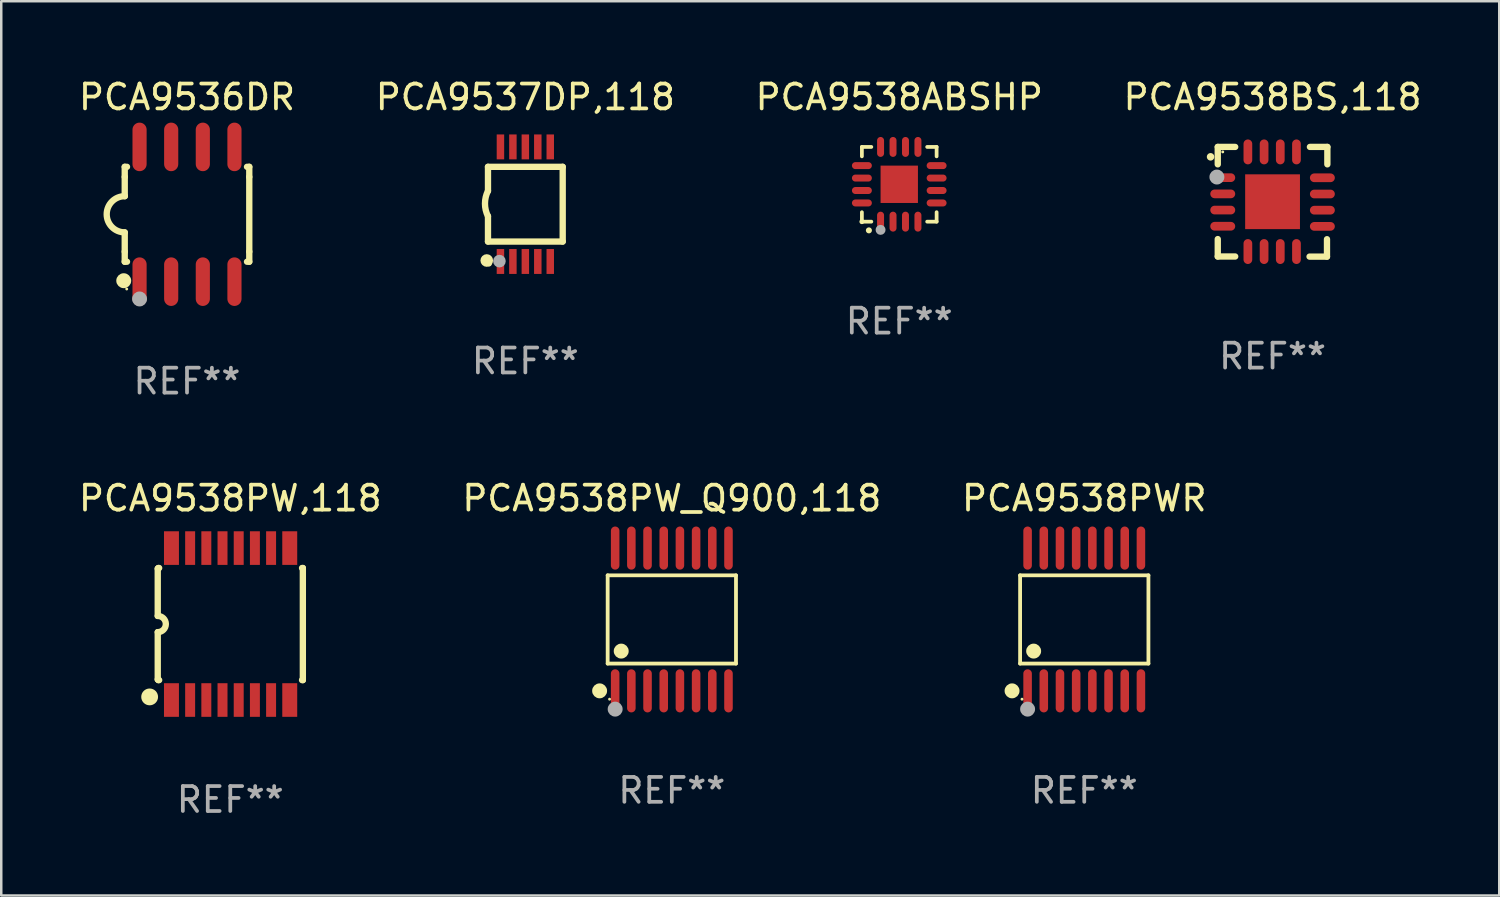
<source format=kicad_pcb>
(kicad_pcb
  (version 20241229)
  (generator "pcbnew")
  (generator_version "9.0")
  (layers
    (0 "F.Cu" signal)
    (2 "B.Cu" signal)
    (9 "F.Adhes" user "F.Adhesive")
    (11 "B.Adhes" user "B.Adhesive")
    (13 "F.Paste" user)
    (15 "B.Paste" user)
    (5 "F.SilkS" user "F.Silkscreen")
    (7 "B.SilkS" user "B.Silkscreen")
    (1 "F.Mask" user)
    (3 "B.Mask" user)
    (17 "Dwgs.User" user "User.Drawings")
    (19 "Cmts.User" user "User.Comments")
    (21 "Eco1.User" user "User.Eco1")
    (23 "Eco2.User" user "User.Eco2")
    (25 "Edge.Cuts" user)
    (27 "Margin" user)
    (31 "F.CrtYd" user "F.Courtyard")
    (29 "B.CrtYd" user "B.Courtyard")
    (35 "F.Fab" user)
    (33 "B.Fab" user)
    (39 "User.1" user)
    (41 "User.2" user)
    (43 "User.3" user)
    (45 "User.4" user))
  (footprint "PCA9536DR"
    (layer "F.Cu")
    (at 4.458 5.553)
    (property "Reference" "PCA9536DR" (at 0 -4.705 0) (layer "F.SilkS") (effects (font (size 1 1) (thickness 0.15))))
    (attr through_hole)
    (fp_line (start -2.5 -1.905) (end -2.409 -1.905) (stroke (width 0.254) (type solid)) (layer "F.SilkS"))
    (fp_line (start -2.5 -1.5) (end -2.5 -1.905) (stroke (width 0.254) (type solid)) (layer "F.SilkS"))
    (fp_line (start -2.5 -1.5) (end -2.5 -0.726) (stroke (width 0.254) (type solid)) (layer "F.SilkS"))
    (fp_line (start -2.5 1.5) (end -2.5 0.727) (stroke (width 0.254) (type solid)) (layer "F.SilkS"))
    (fp_line (start -2.5 1.5) (end -2.5 1.905) (stroke (width 0.254) (type solid)) (layer "F.SilkS"))
    (fp_line (start -2.5 1.905) (end -2.409 1.905) (stroke (width 0.254) (type solid)) (layer "F.SilkS"))
    (fp_line (start 2.5 -1.905) (end 2.409 -1.905) (stroke (width 0.254) (type solid)) (layer "F.SilkS"))
    (fp_line (start 2.5 -1.5) (end 2.5 -1.905) (stroke (width 0.254) (type solid)) (layer "F.SilkS"))
    (fp_line (start 2.5 -1.5) (end 2.5 1.5) (stroke (width 0.254) (type solid)) (layer "F.SilkS"))
    (fp_line (start 2.5 1.5) (end 2.5 1.905) (stroke (width 0.254) (type solid)) (layer "F.SilkS"))
    (fp_line (start 2.5 1.905) (end 2.409 1.905) (stroke (width 0.254) (type solid)) (layer "F.SilkS"))
    (fp_arc (start -2.5 0.726568) (mid -3.220316 -0.0023) (end -2.495097 -0.726289) (stroke (width 0.254001) (type solid)) (layer "F.SilkS"))
    (fp_circle (center -2.54 2.667) (end -2.39 2.667) (stroke (width 0.3) (type solid)) (fill no) (layer "F.SilkS"))
    (fp_circle (center -2.42 3) (end -2.39 3) (stroke (width 0.06) (type solid)) (fill no) (layer "F.SilkS"))
    (fp_circle (center -1.905 3.4) (end -1.755 3.4) (stroke (width 0.3) (type solid)) (fill no) (layer "F.Fab"))
    (fp_text user "REF**" (at 0 6.705 0) (layer "F.Fab") (effects (font (size 1 1) (thickness 0.15))))
    (pad "1" smd oval (at -1.905 2.705) (size 0.568 1.95) (layers "F.Cu" "F.Mask" "F.Paste"))
    (pad "2" smd oval (at -0.635 2.705) (size 0.568 1.95) (layers "F.Cu" "F.Mask" "F.Paste"))
    (pad "3" smd oval (at 0.635 2.705) (size 0.568 1.95) (layers "F.Cu" "F.Mask" "F.Paste"))
    (pad "4" smd oval (at 1.905 2.705) (size 0.568 1.95) (layers "F.Cu" "F.Mask" "F.Paste"))
    (pad "5" smd oval (at 1.905 -2.705) (size 0.568 1.95) (layers "F.Cu" "F.Mask" "F.Paste"))
    (pad "6" smd oval (at 0.635 -2.705) (size 0.568 1.95) (layers "F.Cu" "F.Mask" "F.Paste"))
    (pad "7" smd oval (at -0.635 -2.705) (size 0.568 1.95) (layers "F.Cu" "F.Mask" "F.Paste"))
    (pad "8" smd oval (at -1.905 -2.705) (size 0.568 1.95) (layers "F.Cu" "F.Mask" "F.Paste")))
  (footprint "PCA9538ABSHP"
    (layer "F.Cu")
    (at 33.054 4.349)
    (property "Reference" "PCA9538ABSHP" (at 0 -3.5 0) (layer "F.SilkS") (effects (font (size 1 1) (thickness 0.15))))
    (attr through_hole)
    (fp_line (start -1.5 -1.5) (end -1.121 -1.5) (stroke (width 0.15) (type solid)) (layer "F.SilkS"))
    (fp_line (start -1.5 -1.122) (end -1.5 -1.5) (stroke (width 0.15) (type solid)) (layer "F.SilkS"))
    (fp_line (start -1.5 1.5) (end -1.5 1.121) (stroke (width 0.15) (type solid)) (layer "F.SilkS"))
    (fp_line (start -1.121 1.5) (end -1.5 1.5) (stroke (width 0.15) (type solid)) (layer "F.SilkS"))
    (fp_line (start 1.121 -1.5) (end 1.5 -1.5) (stroke (width 0.15) (type solid)) (layer "F.SilkS"))
    (fp_line (start 1.5 -1.5) (end 1.5 -1.122) (stroke (width 0.15) (type solid)) (layer "F.SilkS"))
    (fp_line (start 1.5 1.121) (end 1.5 1.5) (stroke (width 0.15) (type solid)) (layer "F.SilkS"))
    (fp_line (start 1.5 1.5) (end 1.121 1.5) (stroke (width 0.15) (type solid)) (layer "F.SilkS"))
    (fp_arc (start -1.219926 1.850254) (mid -1.21891 1.85025) (end -1.217894 1.850254) (stroke (width 0.240005) (type solid)) (layer "F.SilkS"))
    (fp_circle (center -1.5 1.5) (end -1.45 1.5) (stroke (width 0.1) (type solid)) (fill no) (layer "F.SilkS"))
    (fp_circle (center -0.75 1.83) (end -0.65 1.83) (stroke (width 0.2) (type solid)) (fill no) (layer "F.Fab"))
    (fp_text user "REF**" (at 0 5.5 0) (layer "F.Fab") (effects (font (size 1 1) (thickness 0.15))))
    (pad "1" smd oval (at -0.75 1.5) (size 0.28 0.8) (layers "F.Cu" "F.Mask" "F.Paste"))
    (pad "2" smd oval (at -0.25 1.5) (size 0.28 0.8) (layers "F.Cu" "F.Mask" "F.Paste"))
    (pad "3" smd oval (at 0.25 1.5) (size 0.28 0.8) (layers "F.Cu" "F.Mask" "F.Paste"))
    (pad "4" smd oval (at 0.75 1.5) (size 0.28 0.8) (layers "F.Cu" "F.Mask" "F.Paste"))
    (pad "5" smd oval (at 1.5 0.75) (size 0.8 0.28) (layers "F.Cu" "F.Mask" "F.Paste"))
    (pad "6" smd oval (at 1.5 0.25) (size 0.8 0.28) (layers "F.Cu" "F.Mask" "F.Paste"))
    (pad "7" smd oval (at 1.5 -0.25) (size 0.8 0.28) (layers "F.Cu" "F.Mask" "F.Paste"))
    (pad "8" smd oval (at 1.5 -0.75) (size 0.8 0.28) (layers "F.Cu" "F.Mask" "F.Paste"))
    (pad "9" smd oval (at 0.75 -1.5) (size 0.28 0.8) (layers "F.Cu" "F.Mask" "F.Paste"))
    (pad "10" smd oval (at 0.25 -1.5) (size 0.28 0.8) (layers "F.Cu" "F.Mask" "F.Paste"))
    (pad "11" smd oval (at -0.25 -1.5) (size 0.28 0.8) (layers "F.Cu" "F.Mask" "F.Paste"))
    (pad "12" smd oval (at -0.75 -1.5) (size 0.28 0.8) (layers "F.Cu" "F.Mask" "F.Paste"))
    (pad "13" smd oval (at -1.5 -0.75) (size 0.8 0.28) (layers "F.Cu" "F.Mask" "F.Paste"))
    (pad "14" smd oval (at -1.5 -0.25) (size 0.8 0.28) (layers "F.Cu" "F.Mask" "F.Paste"))
    (pad "15" smd oval (at -1.5 0.25) (size 0.8 0.28) (layers "F.Cu" "F.Mask" "F.Paste"))
    (pad "16" smd oval (at -1.5 0.75) (size 0.8 0.28) (layers "F.Cu" "F.Mask" "F.Paste"))
    (pad "17" smd rect (at -0.000064 0.000165) (size 1.5 1.5) (layers "F.Cu" "F.Mask" "F.Paste")))
  (footprint "PCA9537DP,118"
    (layer "F.Cu")
    (at 18.042 5.148)
    (property "Reference" "PCA9537DP,118" (at 0 -4.3 0) (layer "F.SilkS") (effects (font (size 1 1) (thickness 0.15))))
    (attr through_hole)
    (fp_line (start -1.5 -1.5) (end -1.5 -0.533) (stroke (width 0.254) (type solid)) (layer "F.SilkS"))
    (fp_line (start -1.5 -1.5) (end 1.5 -1.5) (stroke (width 0.254) (type solid)) (layer "F.SilkS"))
    (fp_line (start -1.5 1.5) (end -1.5 0.483) (stroke (width 0.254) (type solid)) (layer "F.SilkS"))
    (fp_line (start -1.5 1.5) (end 1.5 1.5) (stroke (width 0.254) (type solid)) (layer "F.SilkS"))
    (fp_line (start 1.5 1.5) (end 1.5 -1.5) (stroke (width 0.254) (type solid)) (layer "F.SilkS"))
    (fp_arc (start -1.501015 0.483109) (mid -1.620651 -0.025266) (end -1.5 -0.533401) (stroke (width 0.254001) (type solid)) (layer "F.SilkS"))
    (fp_circle (center -1.549 2.261) (end -1.422 2.261) (stroke (width 0.254) (type solid)) (fill no) (layer "F.SilkS"))
    (fp_circle (center -1.45 2.4) (end -1.4 2.4) (stroke (width 0.1) (type solid)) (fill no) (layer "F.SilkS"))
    (fp_circle (center -1.041 2.286) (end -0.914 2.286) (stroke (width 0.254) (type solid)) (fill no) (layer "F.Fab"))
    (fp_text user "REF**" (at 0 6.3 0) (layer "F.Fab") (effects (font (size 1 1) (thickness 0.15))))
    (pad "1" smd rect (at -1 2.3 90) (size 1 0.3) (layers "F.Cu" "F.Mask" "F.Paste"))
    (pad "2" smd rect (at -0.5 2.3 90) (size 1 0.3) (layers "F.Cu" "F.Mask" "F.Paste"))
    (pad "3" smd rect (at 0.000127 2.3 90) (size 1 0.3) (layers "F.Cu" "F.Mask" "F.Paste"))
    (pad "4" smd rect (at 0.5 2.3 90) (size 1 0.3) (layers "F.Cu" "F.Mask" "F.Paste"))
    (pad "5" smd rect (at 1 2.3 90) (size 1 0.3) (layers "F.Cu" "F.Mask" "F.Paste"))
    (pad "6" smd rect (at 1 -2.3 270) (size 1 0.3) (layers "F.Cu" "F.Mask" "F.Paste"))
    (pad "7" smd rect (at 0.5 -2.3 90) (size 1 0.3) (layers "F.Cu" "F.Mask" "F.Paste"))
    (pad "8" smd rect (at 0.000127 -2.3 90) (size 1 0.3) (layers "F.Cu" "F.Mask" "F.Paste"))
    (pad "9" smd rect (at -0.5 -2.3 90) (size 1 0.3) (layers "F.Cu" "F.Mask" "F.Paste"))
    (pad "10" smd rect (at -1 -2.3 90) (size 1 0.3) (layers "F.Cu" "F.Mask" "F.Paste")))
  (footprint "PCA9538PW,118"
    (layer "F.Cu")
    (at 6.196 22.005)
    (property "Reference" "PCA9538PW,118" (at 0 -5.05 0) (layer "F.SilkS") (effects (font (size 1 1) (thickness 0.15))))
    (attr through_hole)
    (fp_line (start -2.913 -2.225) (end -2.913 -0.325) (stroke (width 0.254) (type solid)) (layer "F.SilkS"))
    (fp_line (start -2.913 -2.225) (end -2.887 -2.25) (stroke (width 0.254) (type solid)) (layer "F.SilkS"))
    (fp_line (start -2.913 2.225) (end -2.913 0.325) (stroke (width 0.254) (type solid)) (layer "F.SilkS"))
    (fp_line (start -2.887 -2.25) (end -2.856 -2.25) (stroke (width 0.254) (type solid)) (layer "F.SilkS"))
    (fp_line (start -2.887 2.25) (end -2.913 2.225) (stroke (width 0.254) (type solid)) (layer "F.SilkS"))
    (fp_line (start -2.856 2.25) (end -2.887 2.25) (stroke (width 0.254) (type solid)) (layer "F.SilkS"))
    (fp_line (start 2.881 -2.25) (end 2.913 -2.25) (stroke (width 0.254) (type solid)) (layer "F.SilkS"))
    (fp_line (start 2.913 -2.25) (end 2.913 2.25) (stroke (width 0.254) (type solid)) (layer "F.SilkS"))
    (fp_line (start 2.913 2.25) (end 2.881 2.25) (stroke (width 0.254) (type solid)) (layer "F.SilkS"))
    (fp_arc (start -2.913575 -0.325769) (mid -2.588201 -0.000926) (end -2.91251 0.324981) (stroke (width 0.254001) (type solid)) (layer "F.SilkS"))
    (fp_circle (center -3.238 2.925) (end -3.069 2.925) (stroke (width 0.337) (type solid)) (fill no) (layer "F.SilkS"))
    (fp_text user "REF**" (at 0 7.05 0) (layer "F.Fab") (effects (font (size 1 1) (thickness 0.15))))
    (pad "1" smd rect (at -2.362 3.05) (size 0.6 1.35) (layers "F.Cu" "F.Mask" "F.Paste"))
    (pad "2" smd rect (at -1.612 3.05) (size 0.4 1.35) (layers "F.Cu" "F.Mask" "F.Paste"))
    (pad "3" smd rect (at -0.962 3.05) (size 0.4 1.35) (layers "F.Cu" "F.Mask" "F.Paste"))
    (pad "4" smd rect (at -0.312 3.05) (size 0.4 1.35) (layers "F.Cu" "F.Mask" "F.Paste"))
    (pad "5" smd rect (at 0.338 3.05) (size 0.4 1.35) (layers "F.Cu" "F.Mask" "F.Paste"))
    (pad "6" smd rect (at 0.988 3.05) (size 0.4 1.35) (layers "F.Cu" "F.Mask" "F.Paste"))
    (pad "7" smd rect (at 1.638 3.05) (size 0.4 1.35) (layers "F.Cu" "F.Mask" "F.Paste"))
    (pad "8" smd rect (at 2.387 3.05) (size 0.6 1.35) (layers "F.Cu" "F.Mask" "F.Paste"))
    (pad "9" smd rect (at 2.387 -3.05) (size 0.6 1.35) (layers "F.Cu" "F.Mask" "F.Paste"))
    (pad "10" smd rect (at 1.638 -3.05) (size 0.4 1.35) (layers "F.Cu" "F.Mask" "F.Paste"))
    (pad "11" smd rect (at 0.988 -3.05) (size 0.4 1.35) (layers "F.Cu" "F.Mask" "F.Paste"))
    (pad "12" smd rect (at 0.338 -3.05) (size 0.4 1.35) (layers "F.Cu" "F.Mask" "F.Paste"))
    (pad "13" smd rect (at -0.312 -3.05) (size 0.4 1.35) (layers "F.Cu" "F.Mask" "F.Paste"))
    (pad "14" smd rect (at -0.962 -3.05) (size 0.4 1.35) (layers "F.Cu" "F.Mask" "F.Paste"))
    (pad "15" smd rect (at -1.612 -3.05) (size 0.4 1.35) (layers "F.Cu" "F.Mask" "F.Paste"))
    (pad "16" smd rect (at -2.362 -3.05) (size 0.6 1.35) (layers "F.Cu" "F.Mask" "F.Paste")))
  (footprint "PCA9538PW_Q900,118"
    (layer "F.Cu")
    (at 23.923 21.821)
    (property "Reference" "PCA9538PW_Q900,118" (at 0 -4.866 0) (layer "F.SilkS") (effects (font (size 1 1) (thickness 0.15))))
    (attr through_hole)
    (fp_line (start -2.576 -1.772) (end 2.576 -1.772) (stroke (width 0.152) (type solid)) (layer "F.SilkS"))
    (fp_line (start -2.576 1.771) (end -2.576 -1.772) (stroke (width 0.152) (type solid)) (layer "F.SilkS"))
    (fp_line (start 2.576 -1.772) (end 2.576 1.771) (stroke (width 0.152) (type solid)) (layer "F.SilkS"))
    (fp_line (start 2.576 1.771) (end -2.576 1.771) (stroke (width 0.152) (type solid)) (layer "F.SilkS"))
    (fp_circle (center -2.899 2.866) (end -2.749 2.866) (stroke (width 0.3) (type solid)) (fill no) (layer "F.SilkS"))
    (fp_circle (center -2.5 3.2) (end -2.47 3.2) (stroke (width 0.06) (type solid)) (fill no) (layer "F.SilkS"))
    (fp_circle (center -2.032 1.27) (end -1.882 1.27) (stroke (width 0.3) (type solid)) (fill no) (layer "F.SilkS"))
    (fp_circle (center -2.275 3.6) (end -2.125 3.6) (stroke (width 0.3) (type solid)) (fill no) (layer "F.Fab"))
    (fp_text user "REF**" (at 0 6.866 0) (layer "F.Fab") (effects (font (size 1 1) (thickness 0.15))))
    (pad "1" smd oval (at -2.275 2.866) (size 0.343 1.731) (layers "F.Cu" "F.Mask" "F.Paste"))
    (pad "2" smd oval (at -1.625 2.866) (size 0.343 1.731) (layers "F.Cu" "F.Mask" "F.Paste"))
    (pad "3" smd oval (at -0.975 2.866) (size 0.343 1.731) (layers "F.Cu" "F.Mask" "F.Paste"))
    (pad "4" smd oval (at -0.325 2.866) (size 0.343 1.731) (layers "F.Cu" "F.Mask" "F.Paste"))
    (pad "5" smd oval (at 0.325 2.866) (size 0.343 1.731) (layers "F.Cu" "F.Mask" "F.Paste"))
    (pad "6" smd oval (at 0.975 2.866) (size 0.343 1.731) (layers "F.Cu" "F.Mask" "F.Paste"))
    (pad "7" smd oval (at 1.625 2.866) (size 0.343 1.731) (layers "F.Cu" "F.Mask" "F.Paste"))
    (pad "8" smd oval (at 2.275 2.866) (size 0.343 1.731) (layers "F.Cu" "F.Mask" "F.Paste"))
    (pad "9" smd oval (at 2.275 -2.866) (size 0.343 1.731) (layers "F.Cu" "F.Mask" "F.Paste"))
    (pad "10" smd oval (at 1.625 -2.866) (size 0.343 1.731) (layers "F.Cu" "F.Mask" "F.Paste"))
    (pad "11" smd oval (at 0.975 -2.866) (size 0.343 1.731) (layers "F.Cu" "F.Mask" "F.Paste"))
    (pad "12" smd oval (at 0.325 -2.866) (size 0.343 1.731) (layers "F.Cu" "F.Mask" "F.Paste"))
    (pad "13" smd oval (at -0.325 -2.866) (size 0.343 1.731) (layers "F.Cu" "F.Mask" "F.Paste"))
    (pad "14" smd oval (at -0.975 -2.866) (size 0.343 1.731) (layers "F.Cu" "F.Mask" "F.Paste"))
    (pad "15" smd oval (at -1.625 -2.866) (size 0.343 1.731) (layers "F.Cu" "F.Mask" "F.Paste"))
    (pad "16" smd oval (at -2.275 -2.866) (size 0.343 1.731) (layers "F.Cu" "F.Mask" "F.Paste")))
  (footprint "PCA9538PWR"
    (layer "F.Cu")
    (at 40.482 21.821)
    (property "Reference" "PCA9538PWR" (at 0 -4.866 0) (layer "F.SilkS") (effects (font (size 1 1) (thickness 0.15))))
    (attr through_hole)
    (fp_line (start -2.576 -1.772) (end 2.576 -1.772) (stroke (width 0.152) (type solid)) (layer "F.SilkS"))
    (fp_line (start -2.576 1.771) (end -2.576 -1.772) (stroke (width 0.152) (type solid)) (layer "F.SilkS"))
    (fp_line (start 2.576 -1.772) (end 2.576 1.771) (stroke (width 0.152) (type solid)) (layer "F.SilkS"))
    (fp_line (start 2.576 1.771) (end -2.576 1.771) (stroke (width 0.152) (type solid)) (layer "F.SilkS"))
    (fp_circle (center -2.899 2.866) (end -2.749 2.866) (stroke (width 0.3) (type solid)) (fill no) (layer "F.SilkS"))
    (fp_circle (center -2.5 3.2) (end -2.47 3.2) (stroke (width 0.06) (type solid)) (fill no) (layer "F.SilkS"))
    (fp_circle (center -2.032 1.27) (end -1.882 1.27) (stroke (width 0.3) (type solid)) (fill no) (layer "F.SilkS"))
    (fp_circle (center -2.275 3.6) (end -2.125 3.6) (stroke (width 0.3) (type solid)) (fill no) (layer "F.Fab"))
    (fp_text user "REF**" (at 0 6.866 0) (layer "F.Fab") (effects (font (size 1 1) (thickness 0.15))))
    (pad "1" smd oval (at -2.275 2.866) (size 0.343 1.731) (layers "F.Cu" "F.Mask" "F.Paste"))
    (pad "2" smd oval (at -1.625 2.866) (size 0.343 1.731) (layers "F.Cu" "F.Mask" "F.Paste"))
    (pad "3" smd oval (at -0.975 2.866) (size 0.343 1.731) (layers "F.Cu" "F.Mask" "F.Paste"))
    (pad "4" smd oval (at -0.325 2.866) (size 0.343 1.731) (layers "F.Cu" "F.Mask" "F.Paste"))
    (pad "5" smd oval (at 0.325 2.866) (size 0.343 1.731) (layers "F.Cu" "F.Mask" "F.Paste"))
    (pad "6" smd oval (at 0.975 2.866) (size 0.343 1.731) (layers "F.Cu" "F.Mask" "F.Paste"))
    (pad "7" smd oval (at 1.625 2.866) (size 0.343 1.731) (layers "F.Cu" "F.Mask" "F.Paste"))
    (pad "8" smd oval (at 2.275 2.866) (size 0.343 1.731) (layers "F.Cu" "F.Mask" "F.Paste"))
    (pad "9" smd oval (at 2.275 -2.866) (size 0.343 1.731) (layers "F.Cu" "F.Mask" "F.Paste"))
    (pad "10" smd oval (at 1.625 -2.866) (size 0.343 1.731) (layers "F.Cu" "F.Mask" "F.Paste"))
    (pad "11" smd oval (at 0.975 -2.866) (size 0.343 1.731) (layers "F.Cu" "F.Mask" "F.Paste"))
    (pad "12" smd oval (at 0.325 -2.866) (size 0.343 1.731) (layers "F.Cu" "F.Mask" "F.Paste"))
    (pad "13" smd oval (at -0.325 -2.866) (size 0.343 1.731) (layers "F.Cu" "F.Mask" "F.Paste"))
    (pad "14" smd oval (at -0.975 -2.866) (size 0.343 1.731) (layers "F.Cu" "F.Mask" "F.Paste"))
    (pad "15" smd oval (at -1.625 -2.866) (size 0.343 1.731) (layers "F.Cu" "F.Mask" "F.Paste"))
    (pad "16" smd oval (at -2.275 -2.866) (size 0.343 1.731) (layers "F.Cu" "F.Mask" "F.Paste")))
  (footprint "PCA9538BS,118"
    (layer "F.Cu")
    (at 48.042 5.051)
    (property "Reference" "PCA9538BS,118" (at 0 -4.202 0) (layer "F.SilkS") (effects (font (size 1 1) (thickness 0.15))))
    (attr through_hole)
    (fp_line (start -2.2 -2.202) (end -1.5 -2.202) (stroke (width 0.254) (type solid)) (layer "F.SilkS"))
    (fp_line (start -2.2 -1.503) (end -2.2 -2.202) (stroke (width 0.254) (type solid)) (layer "F.SilkS"))
    (fp_line (start -2.2 1.498) (end -2.2 2.197) (stroke (width 0.254) (type solid)) (layer "F.SilkS"))
    (fp_line (start -2.2 2.197) (end -1.5 2.197) (stroke (width 0.254) (type solid)) (layer "F.SilkS"))
    (fp_line (start 1.485 2.202) (end 2.185 2.202) (stroke (width 0.254) (type solid)) (layer "F.SilkS"))
    (fp_line (start 2.185 2.202) (end 2.185 1.503) (stroke (width 0.254) (type solid)) (layer "F.SilkS"))
    (fp_line (start 2.2 -2.202) (end 1.5 -2.202) (stroke (width 0.254) (type solid)) (layer "F.SilkS"))
    (fp_line (start 2.2 -1.503) (end 2.2 -2.202) (stroke (width 0.254) (type solid)) (layer "F.SilkS"))
    (fp_arc (start -2.489205 -1.803404) (mid -2.48921 -1.804674) (end -2.489205 -1.805944) (stroke (width 0.3) (type solid)) (layer "F.SilkS"))
    (fp_circle (center -2 -2.002) (end -1.97 -2.002) (stroke (width 0.06) (type solid)) (fill no) (layer "F.SilkS"))
    (fp_circle (center -2.235 -0.993) (end -2.085 -0.993) (stroke (width 0.3) (type solid)) (fill no) (layer "F.Fab"))
    (fp_text user "REF**" (at 0 6.202 0) (layer "F.Fab") (effects (font (size 1 1) (thickness 0.15))))
    (pad "1" smd oval (at -2 -0.968 270) (size 0.35 1) (layers "F.Cu" "F.Mask" "F.Paste"))
    (pad "2" smd oval (at -2 -0.317 270) (size 0.35 1) (layers "F.Cu" "F.Mask" "F.Paste"))
    (pad "3" smd oval (at -2 0.333 270) (size 0.35 1) (layers "F.Cu" "F.Mask" "F.Paste"))
    (pad "4" smd oval (at -2 0.983 270) (size 0.35 1) (layers "F.Cu" "F.Mask" "F.Paste"))
    (pad "5" smd oval (at -0.991 1.998) (size 0.35 1) (layers "F.Cu" "F.Mask" "F.Paste"))
    (pad "6" smd oval (at -0.34 1.998) (size 0.35 1) (layers "F.Cu" "F.Mask" "F.Paste"))
    (pad "7" smd oval (at 0.31 1.998) (size 0.35 1) (layers "F.Cu" "F.Mask" "F.Paste"))
    (pad "8" smd oval (at 0.96 1.998) (size 0.35 1) (layers "F.Cu" "F.Mask" "F.Paste"))
    (pad "9" smd oval (at 2 0.988 270) (size 0.35 1) (layers "F.Cu" "F.Mask" "F.Paste"))
    (pad "10" smd oval (at 2 0.338 270) (size 0.35 1) (layers "F.Cu" "F.Mask" "F.Paste"))
    (pad "11" smd oval (at 2 -0.312 270) (size 0.35 1) (layers "F.Cu" "F.Mask" "F.Paste"))
    (pad "12" smd oval (at 2 -0.963 270) (size 0.35 1) (layers "F.Cu" "F.Mask" "F.Paste"))
    (pad "13" smd oval (at 0.96 -2.002) (size 0.35 1) (layers "F.Cu" "F.Mask" "F.Paste"))
    (pad "14" smd oval (at 0.31 -2.002) (size 0.35 1) (layers "F.Cu" "F.Mask" "F.Paste"))
    (pad "15" smd oval (at -0.34 -2.002) (size 0.35 1) (layers "F.Cu" "F.Mask" "F.Paste"))
    (pad "16" smd oval (at -0.991 -2.002) (size 0.35 1) (layers "F.Cu" "F.Mask" "F.Paste"))
    (pad "17" smd rect (at -0.000102 -0.002) (size 2.2 2.2) (layers "F.Cu" "F.Mask" "F.Paste")))
  (gr_rect
    (start -3 -3)
    (end 57.143 32.903)
    (stroke (width 0.1) (type default))
    (fill no)
    (layer "Edge.Cuts")))
</source>
